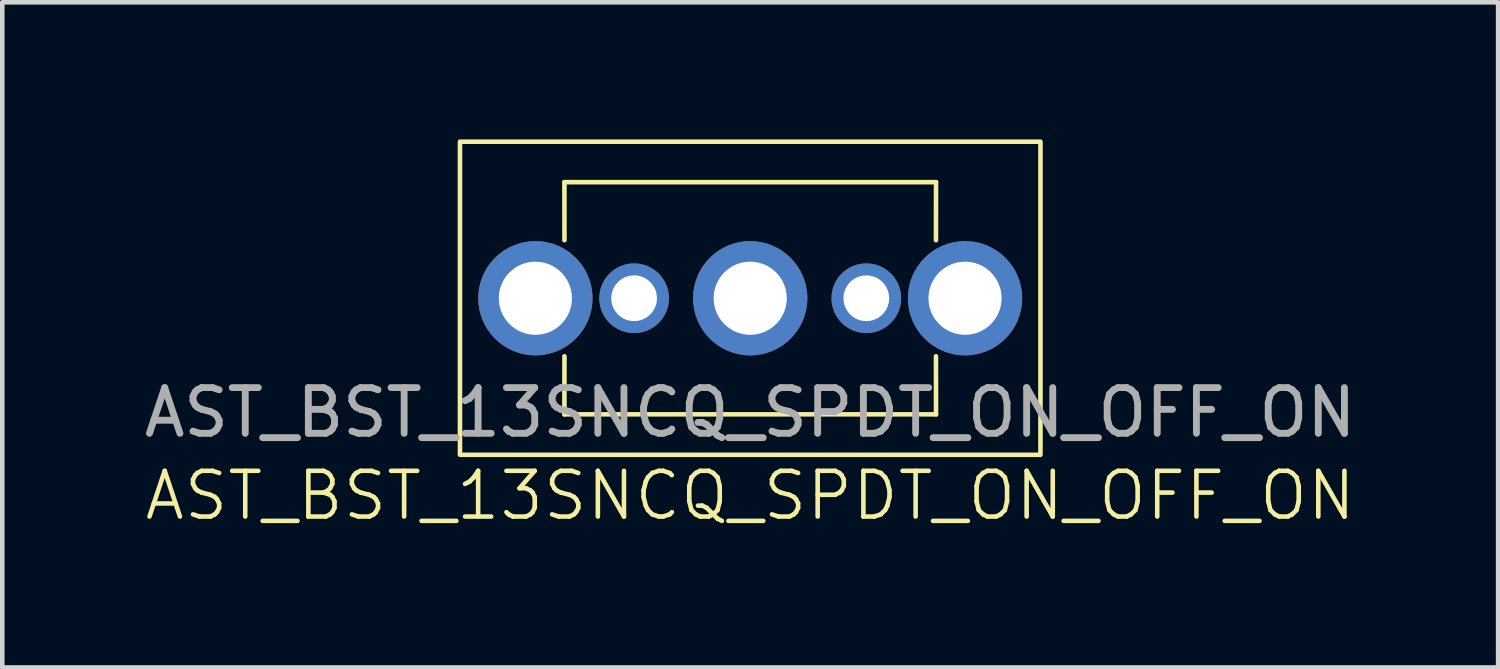
<source format=kicad_pcb>
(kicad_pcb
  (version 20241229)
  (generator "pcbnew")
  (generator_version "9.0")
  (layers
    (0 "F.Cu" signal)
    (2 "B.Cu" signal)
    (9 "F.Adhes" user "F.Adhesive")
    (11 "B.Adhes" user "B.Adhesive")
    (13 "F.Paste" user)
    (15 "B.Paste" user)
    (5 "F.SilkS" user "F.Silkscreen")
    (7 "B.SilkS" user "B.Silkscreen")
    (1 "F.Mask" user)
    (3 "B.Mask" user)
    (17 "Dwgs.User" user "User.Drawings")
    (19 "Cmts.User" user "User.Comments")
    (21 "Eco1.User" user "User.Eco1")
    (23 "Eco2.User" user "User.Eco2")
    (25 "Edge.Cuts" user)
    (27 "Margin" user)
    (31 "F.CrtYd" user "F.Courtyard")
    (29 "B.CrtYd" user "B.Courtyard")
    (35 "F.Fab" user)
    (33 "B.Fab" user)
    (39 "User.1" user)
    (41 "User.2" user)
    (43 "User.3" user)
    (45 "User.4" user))
  (footprint "AST_BST_13SNCQ_SPDT_ON_OFF_ON"
    (layer "F.Cu")
    (at 13.363 3.475)
    (property "Reference" "AST_BST_13SNCQ_SPDT_ON_OFF_ON" (at 0 4.318 0) (unlocked yes) (layer "F.SilkS") (effects (font (size 1 1) (thickness 0.1))))
    (attr through_hole)
    (fp_line (start -4.065 -2.54) (end -4.064 -1.27) (stroke (width 0.1) (type default)) (layer "F.SilkS"))
    (fp_line (start -4.065 -2.54) (end 4.065 -2.54) (stroke (width 0.1) (type default)) (layer "F.SilkS"))
    (fp_line (start -4.065 2.54) (end -4.064 1.27) (stroke (width 0.1) (type default)) (layer "F.SilkS"))
    (fp_line (start 4.065 -2.54) (end 4.064 -1.27) (stroke (width 0.1) (type default)) (layer "F.SilkS"))
    (fp_line (start 4.065 2.54) (end -4.065 2.54) (stroke (width 0.1) (type default)) (layer "F.SilkS"))
    (fp_line (start 4.065 2.54) (end 4.064 1.27) (stroke (width 0.1) (type default)) (layer "F.SilkS"))
    (fp_rect (start -6.35 -3.425) (end 6.35 3.425) (stroke (width 0.1) (type default)) (fill no) (layer "F.SilkS"))
    (fp_text user "${REFERENCE}" (at 0 2.5 0) (unlocked yes) (layer "F.Fab") (effects (font (size 1 1) (thickness 0.15))))
    (pad "1" thru_hole circle (at -4.7 0) (size 2.5 2.5) (drill 1.6) (layers "*.Cu" "*.Mask"))
    (pad "1" thru_hole circle (at -2.54 0) (size 1.524 1.524) (drill 1) (layers "*.Cu" "*.Mask"))
    (pad "2" thru_hole circle (at 0 0) (size 2.5 2.5) (drill 1.6) (layers "*.Cu" "*.Mask"))
    (pad "3" thru_hole circle (at 2.54 0) (size 1.524 1.524) (drill 1) (layers "*.Cu" "*.Mask"))
    (pad "3" thru_hole circle (at 4.7 0) (size 2.5 2.5) (drill 1.6) (layers "*.Cu" "*.Mask")))
  (gr_rect
    (start -3 -3)
    (end 29.726 11.553)
    (stroke (width 0.1) (type default))
    (fill no)
    (layer "Edge.Cuts")))
</source>
